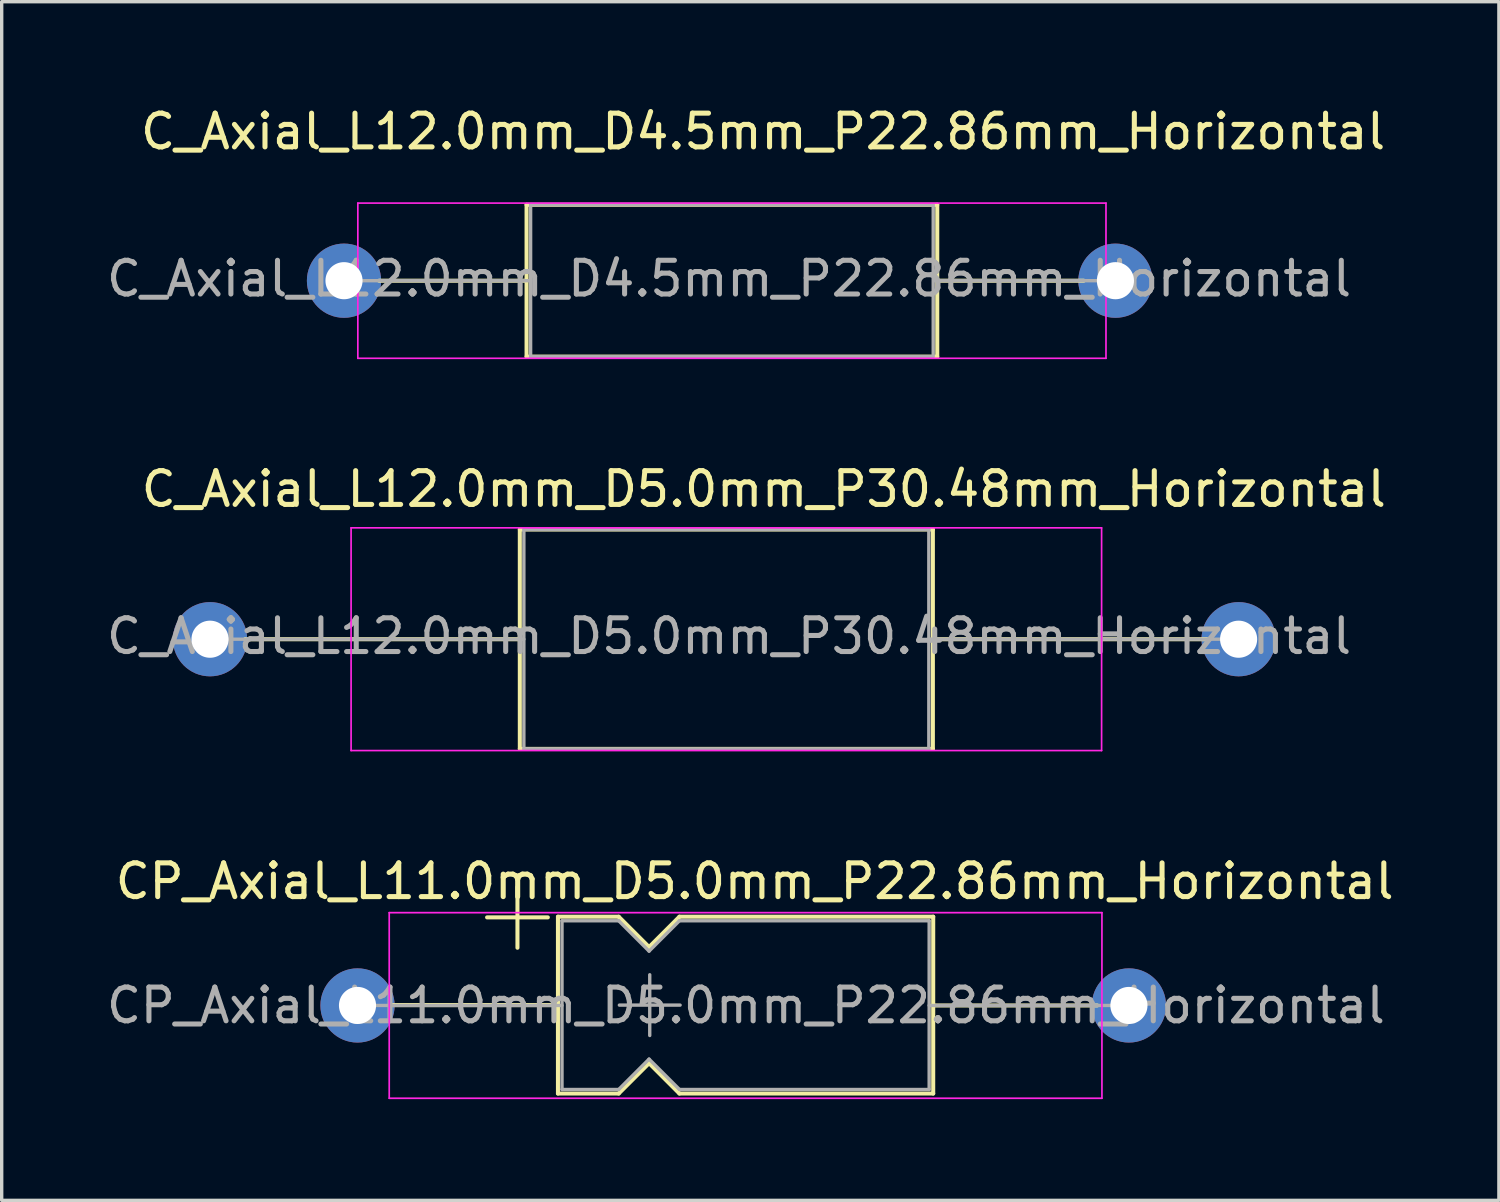
<source format=kicad_pcb>
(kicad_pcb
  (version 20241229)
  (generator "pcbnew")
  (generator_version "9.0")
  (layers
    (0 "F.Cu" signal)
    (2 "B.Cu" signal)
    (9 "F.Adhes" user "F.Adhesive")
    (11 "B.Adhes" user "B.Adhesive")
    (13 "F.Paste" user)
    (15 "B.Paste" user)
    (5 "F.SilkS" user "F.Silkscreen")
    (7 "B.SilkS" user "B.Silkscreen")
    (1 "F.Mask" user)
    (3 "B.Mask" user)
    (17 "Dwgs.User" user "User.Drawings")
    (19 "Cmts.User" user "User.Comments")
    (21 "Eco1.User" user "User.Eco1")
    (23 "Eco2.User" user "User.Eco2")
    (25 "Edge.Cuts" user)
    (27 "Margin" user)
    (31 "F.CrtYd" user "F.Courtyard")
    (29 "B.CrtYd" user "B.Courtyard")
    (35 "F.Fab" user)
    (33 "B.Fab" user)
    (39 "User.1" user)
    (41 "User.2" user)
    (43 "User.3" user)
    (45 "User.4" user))
  (footprint "CP_Axial_L11.0mm_D5.0mm_P22.86mm_Horizontal"
    (layer "F.Cu")
    (at 7.544 26.745)
    (property "Reference" "CP_Axial_L11.0mm_D5.0mm_P22.86mm_Horizontal" (at 11.77 -3.68 0) (layer "F.SilkS") (effects (font (size 1 1) (thickness 0.15))))
    (attr through_hole)
    (fp_circle (center 0 0) (end 1.6 0) (stroke (width 0) (type solid)) (fill yes) (layer "B.Mask"))
    (fp_circle (center 22.8 0) (end 24.4 0) (stroke (width 0) (type solid)) (fill yes) (layer "B.Mask"))
    (fp_line (start 1.04 -0.01) (end 5.94 -0.01) (stroke (width 0.12) (type solid)) (layer "F.SilkS"))
    (fp_line (start 3.84 -2.61) (end 5.64 -2.61) (stroke (width 0.12) (type solid)) (layer "F.SilkS"))
    (fp_line (start 4.74 -3.51) (end 4.74 -1.71) (stroke (width 0.12) (type solid)) (layer "F.SilkS"))
    (fp_line (start 5.94 -2.63) (end 5.94 2.61) (stroke (width 0.12) (type solid)) (layer "F.SilkS"))
    (fp_line (start 5.94 -2.63) (end 7.74 -2.63) (stroke (width 0.12) (type solid)) (layer "F.SilkS"))
    (fp_line (start 5.94 2.61) (end 7.74 2.61) (stroke (width 0.12) (type solid)) (layer "F.SilkS"))
    (fp_line (start 7.74 -2.63) (end 8.64 -1.73) (stroke (width 0.12) (type solid)) (layer "F.SilkS"))
    (fp_line (start 7.74 2.61) (end 8.64 1.71) (stroke (width 0.12) (type solid)) (layer "F.SilkS"))
    (fp_line (start 8.64 -1.73) (end 9.54 -2.63) (stroke (width 0.12) (type solid)) (layer "F.SilkS"))
    (fp_line (start 8.64 1.71) (end 9.54 2.61) (stroke (width 0.12) (type solid)) (layer "F.SilkS"))
    (fp_line (start 9.54 -2.63) (end 17.06 -2.63) (stroke (width 0.12) (type solid)) (layer "F.SilkS"))
    (fp_line (start 9.54 2.61) (end 17.06 2.61) (stroke (width 0.12) (type solid)) (layer "F.SilkS"))
    (fp_line (start 17.06 -2.63) (end 17.06 2.61) (stroke (width 0.12) (type solid)) (layer "F.SilkS"))
    (fp_line (start 21.92 0) (end 17.06 0) (stroke (width 0.12) (type solid)) (layer "F.SilkS"))
    (fp_line (start 0.94 -2.75) (end 0.94 2.75) (stroke (width 0.05) (type solid)) (layer "F.CrtYd"))
    (fp_line (start 0.94 2.75) (end 22.06 2.75) (stroke (width 0.05) (type solid)) (layer "F.CrtYd"))
    (fp_line (start 22.06 -2.75) (end 0.94 -2.75) (stroke (width 0.05) (type solid)) (layer "F.CrtYd"))
    (fp_line (start 22.06 2.75) (end 22.06 -2.75) (stroke (width 0.05) (type solid)) (layer "F.CrtYd"))
    (fp_line (start 0 0) (end 6.06 0) (stroke (width 0.1) (type solid)) (layer "F.Fab"))
    (fp_line (start 6.06 -2.51) (end 6.06 2.49) (stroke (width 0.1) (type solid)) (layer "F.Fab"))
    (fp_line (start 6.06 -2.51) (end 7.74 -2.51) (stroke (width 0.1) (type solid)) (layer "F.Fab"))
    (fp_line (start 6.06 2.49) (end 7.74 2.49) (stroke (width 0.1) (type solid)) (layer "F.Fab"))
    (fp_line (start 7.74 -2.51) (end 8.64 -1.61) (stroke (width 0.1) (type solid)) (layer "F.Fab"))
    (fp_line (start 7.74 2.49) (end 8.64 1.59) (stroke (width 0.1) (type solid)) (layer "F.Fab"))
    (fp_line (start 7.76 -0.01) (end 9.56 -0.01) (stroke (width 0.1) (type solid)) (layer "F.Fab"))
    (fp_line (start 8.64 -1.61) (end 9.54 -2.51) (stroke (width 0.1) (type solid)) (layer "F.Fab"))
    (fp_line (start 8.64 1.59) (end 9.54 2.49) (stroke (width 0.1) (type solid)) (layer "F.Fab"))
    (fp_line (start 8.66 -0.91) (end 8.66 0.89) (stroke (width 0.1) (type solid)) (layer "F.Fab"))
    (fp_line (start 9.54 -2.51) (end 16.94 -2.51) (stroke (width 0.1) (type solid)) (layer "F.Fab"))
    (fp_line (start 9.54 2.49) (end 16.94 2.49) (stroke (width 0.1) (type solid)) (layer "F.Fab"))
    (fp_line (start 16.94 -2.51) (end 16.94 2.49) (stroke (width 0.1) (type solid)) (layer "F.Fab"))
    (fp_line (start 22.86 0) (end 16.94 0) (stroke (width 0.1) (type solid)) (layer "F.Fab"))
    (fp_text user "${REFERENCE}" (at 11.51 0 0) (layer "F.Fab") (effects (font (size 1 1) (thickness 0.15))))
    (pad "1" thru_hole circle (at 0 0) (size 2.2 2.2) (drill 1.1) (layers "*.Cu" "*.Mask"))
    (pad "2" thru_hole circle (at 22.86 0) (size 2.2 2.2) (drill 1.1) (layers "*.Cu" "*.Mask")))
  (footprint "C_Axial_L12.0mm_D5.0mm_P30.48mm_Horizontal"
    (layer "F.Cu")
    (at 3.174 15.892)
    (property "Reference" "C_Axial_L12.0mm_D5.0mm_P30.48mm_Horizontal" (at 16.41 -4.45 0) (layer "F.SilkS") (effects (font (size 1 1) (thickness 0.15))))
    (attr through_hole)
    (fp_circle (center 0 0) (end 1.6 0) (stroke (width 0) (type solid)) (fill yes) (layer "B.Mask"))
    (fp_circle (center 30.48 0) (end 32.08 0) (stroke (width 0) (type solid)) (fill yes) (layer "B.Mask"))
    (fp_line (start 1.04 0) (end 9.18 0) (stroke (width 0.12) (type solid)) (layer "F.SilkS"))
    (fp_line (start 9.18 -3.25) (end 9.18 3.25) (stroke (width 0.12) (type solid)) (layer "F.SilkS"))
    (fp_line (start 9.18 3.25) (end 21.42 3.25) (stroke (width 0.12) (type solid)) (layer "F.SilkS"))
    (fp_line (start 21.42 -3.25) (end 9.18 -3.25) (stroke (width 0.12) (type solid)) (layer "F.SilkS"))
    (fp_line (start 21.42 3.25) (end 21.42 -3.25) (stroke (width 0.12) (type solid)) (layer "F.SilkS"))
    (fp_line (start 29.54 0) (end 21.42 0) (stroke (width 0.12) (type solid)) (layer "F.SilkS"))
    (fp_line (start 4.18 -3.3) (end 4.18 3.3) (stroke (width 0.05) (type solid)) (layer "F.CrtYd"))
    (fp_line (start 4.18 3.3) (end 26.42 3.3) (stroke (width 0.05) (type solid)) (layer "F.CrtYd"))
    (fp_line (start 26.42 -3.3) (end 4.18 -3.3) (stroke (width 0.05) (type solid)) (layer "F.CrtYd"))
    (fp_line (start 26.42 3.3) (end 26.42 -3.3) (stroke (width 0.05) (type solid)) (layer "F.CrtYd"))
    (fp_line (start 0 0) (end 9.3 0) (stroke (width 0.1) (type solid)) (layer "F.Fab"))
    (fp_line (start 9.3 -3.25) (end 9.3 3.25) (stroke (width 0.1) (type solid)) (layer "F.Fab"))
    (fp_line (start 9.3 3.25) (end 21.3 3.25) (stroke (width 0.1) (type solid)) (layer "F.Fab"))
    (fp_line (start 21.3 -3.25) (end 9.3 -3.25) (stroke (width 0.1) (type solid)) (layer "F.Fab"))
    (fp_line (start 21.3 3.25) (end 21.3 -3.25) (stroke (width 0.1) (type solid)) (layer "F.Fab"))
    (fp_line (start 30.58 0) (end 21.3 0) (stroke (width 0.1) (type solid)) (layer "F.Fab"))
    (fp_text user "${REFERENCE}" (at 15.38 -0.09 0) (layer "F.Fab") (effects (font (size 1 1) (thickness 0.15))))
    (pad "1" thru_hole circle (at 0 0) (size 2.2 2.2) (drill 1.1) (layers "*.Cu" "*.Mask"))
    (pad "2" thru_hole circle (at 30.48 0) (size 2.2 2.2) (drill 1.1) (layers "*.Cu" "*.Mask")))
  (footprint "C_Axial_L12.0mm_D4.5mm_P22.86mm_Horizontal"
    (layer "F.Cu")
    (at 7.144 5.268)
    (property "Reference" "C_Axial_L12.0mm_D4.5mm_P22.86mm_Horizontal" (at 12.42 -4.42 0) (layer "F.SilkS") (effects (font (size 1 1) (thickness 0.15))))
    (attr through_hole)
    (fp_circle (center 0 0) (end 1.6 0) (stroke (width 0) (type solid)) (fill yes) (layer "B.Mask"))
    (fp_circle (center 22.86 0) (end 24.46 0) (stroke (width 0) (type solid)) (fill yes) (layer "B.Mask"))
    (fp_line (start 1.04 0) (end 5.41 0) (stroke (width 0.12) (type solid)) (layer "F.SilkS"))
    (fp_line (start 5.41 -2.25) (end 5.41 2.25) (stroke (width 0.12) (type solid)) (layer "F.SilkS"))
    (fp_line (start 5.41 2.25) (end 17.58 2.25) (stroke (width 0.12) (type solid)) (layer "F.SilkS"))
    (fp_line (start 17.58 -2.25) (end 5.41 -2.25) (stroke (width 0.12) (type solid)) (layer "F.SilkS"))
    (fp_line (start 17.58 2.25) (end 17.58 -2.25) (stroke (width 0.12) (type solid)) (layer "F.SilkS"))
    (fp_line (start 21.92 0) (end 17.58 0) (stroke (width 0.12) (type solid)) (layer "F.SilkS"))
    (fp_line (start 0.41 -2.3) (end 0.41 2.3) (stroke (width 0.05) (type solid)) (layer "F.CrtYd"))
    (fp_line (start 0.41 2.3) (end 22.58 2.3) (stroke (width 0.05) (type solid)) (layer "F.CrtYd"))
    (fp_line (start 22.58 -2.3) (end 0.41 -2.3) (stroke (width 0.05) (type solid)) (layer "F.CrtYd"))
    (fp_line (start 22.58 2.3) (end 22.58 -2.3) (stroke (width 0.05) (type solid)) (layer "F.CrtYd"))
    (fp_line (start 0 0) (end 5.53 0) (stroke (width 0.1) (type solid)) (layer "F.Fab"))
    (fp_line (start 5.53 -2.25) (end 5.53 2.25) (stroke (width 0.1) (type solid)) (layer "F.Fab"))
    (fp_line (start 5.53 2.25) (end 17.4 2.25) (stroke (width 0.1) (type solid)) (layer "F.Fab"))
    (fp_line (start 17.4 -2.25) (end 5.53 -2.25) (stroke (width 0.1) (type solid)) (layer "F.Fab"))
    (fp_line (start 17.46 2.25) (end 17.46 -2.25) (stroke (width 0.1) (type solid)) (layer "F.Fab"))
    (fp_line (start 22.96 0) (end 17.5 0) (stroke (width 0.1) (type solid)) (layer "F.Fab"))
    (fp_text user "${REFERENCE}" (at 11.41 -0.06 0) (layer "F.Fab") (effects (font (size 1 1) (thickness 0.15))))
    (pad "1" thru_hole circle (at 0 0) (size 2.2 2.2) (drill 1.1) (layers "*.Cu" "*.Mask"))
    (pad "2" thru_hole circle (at 22.86 0) (size 2.2 2.2) (drill 1.1) (layers "*.Cu" "*.Mask")))
  (gr_rect
    (start -3 -3)
    (end 41.367 32.52)
    (stroke (width 0.1) (type default))
    (fill no)
    (layer "Edge.Cuts")))
</source>
